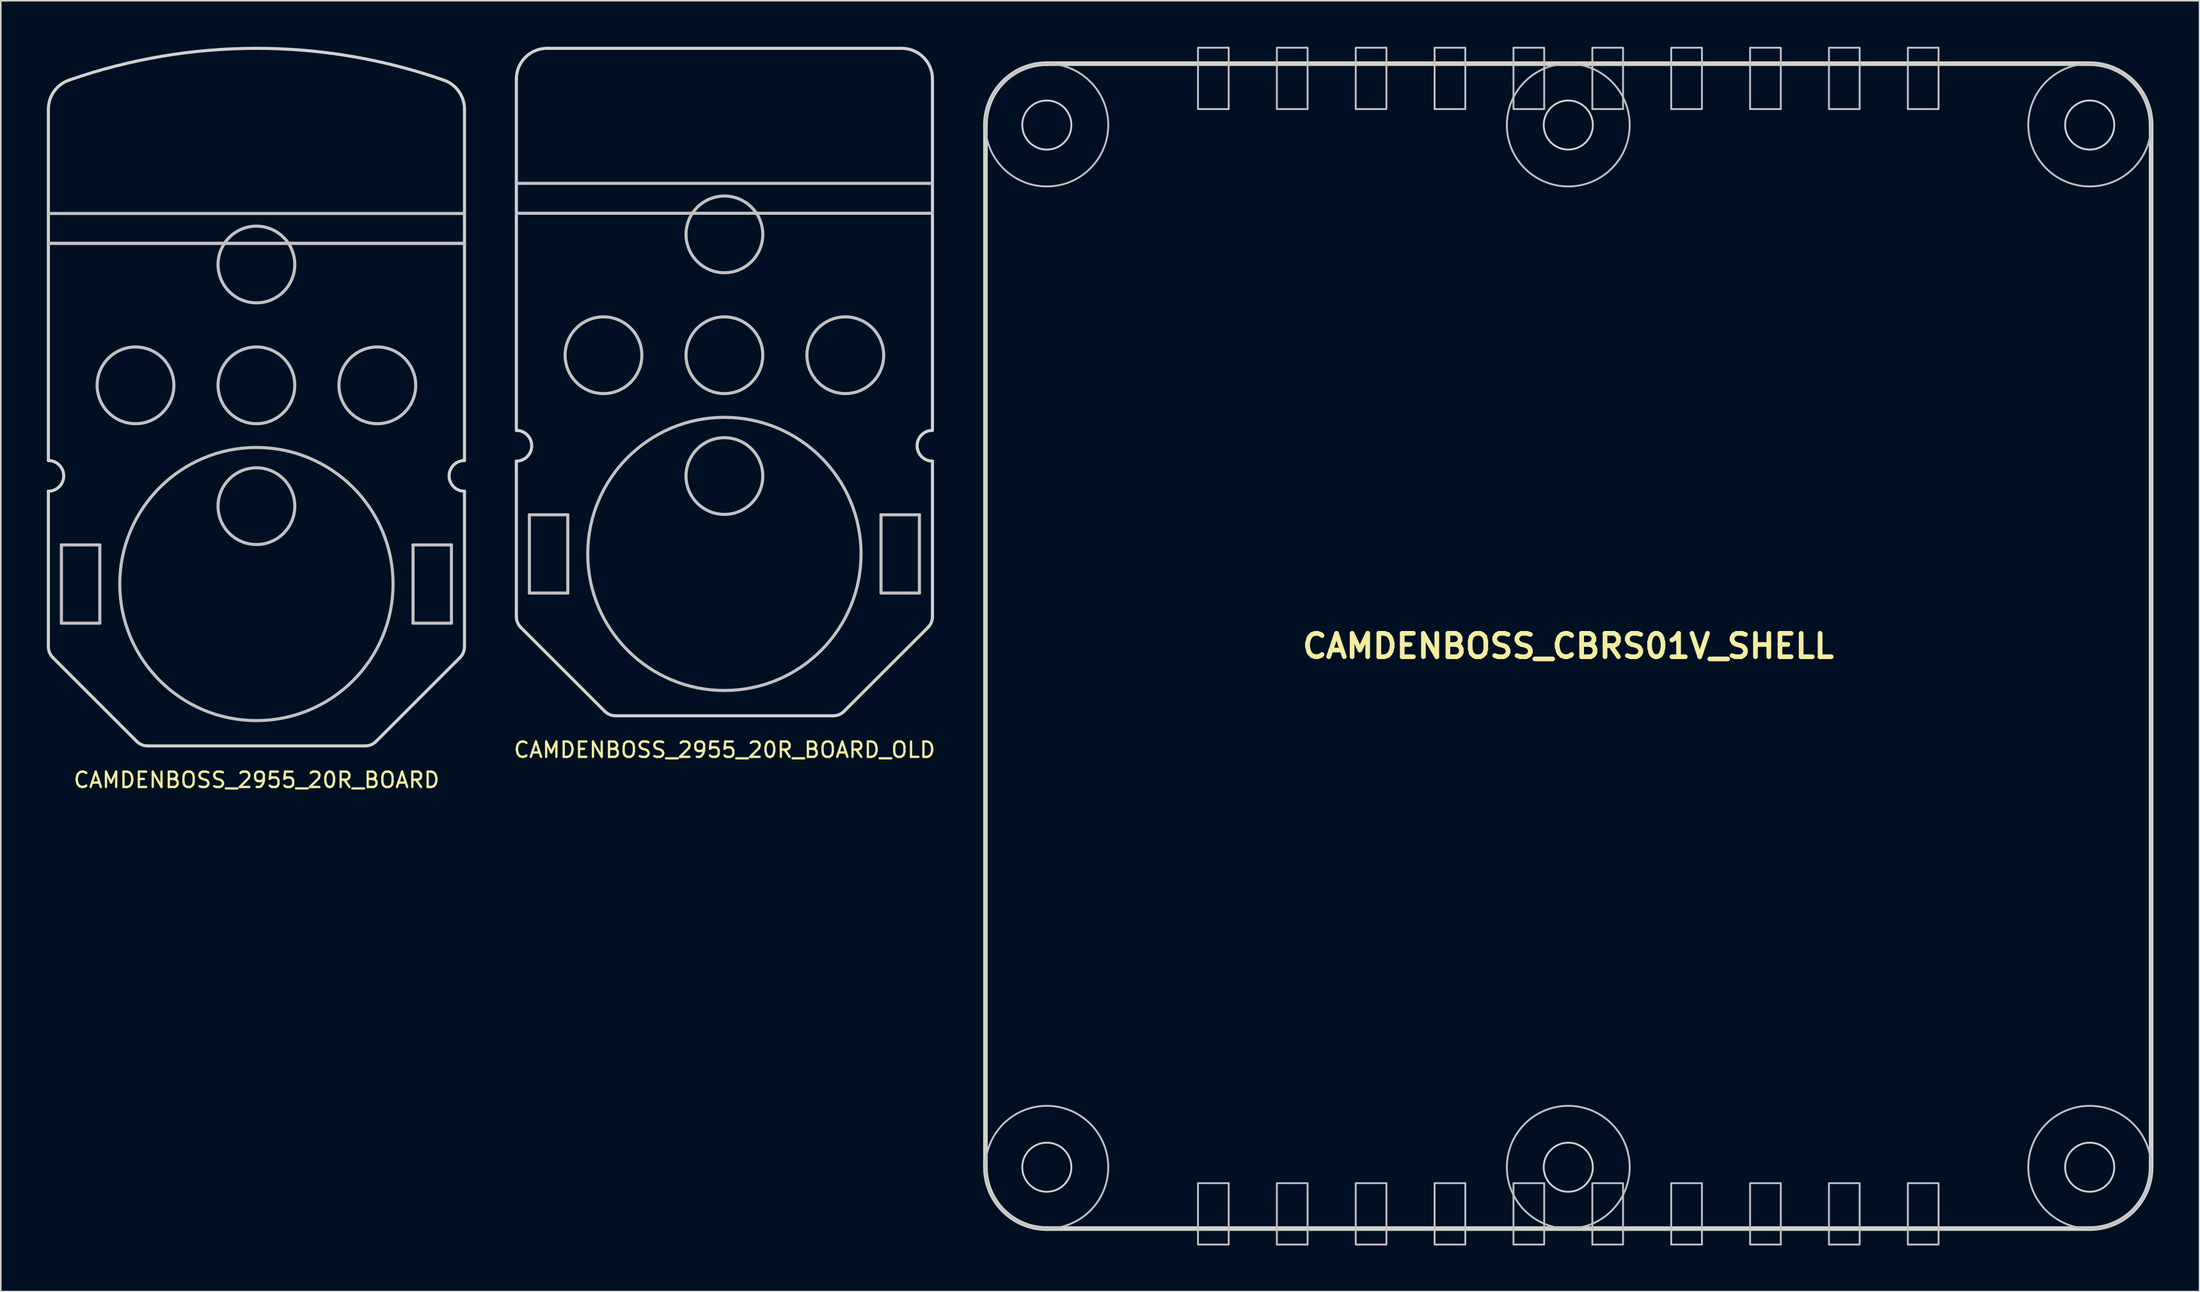
<source format=kicad_pcb>
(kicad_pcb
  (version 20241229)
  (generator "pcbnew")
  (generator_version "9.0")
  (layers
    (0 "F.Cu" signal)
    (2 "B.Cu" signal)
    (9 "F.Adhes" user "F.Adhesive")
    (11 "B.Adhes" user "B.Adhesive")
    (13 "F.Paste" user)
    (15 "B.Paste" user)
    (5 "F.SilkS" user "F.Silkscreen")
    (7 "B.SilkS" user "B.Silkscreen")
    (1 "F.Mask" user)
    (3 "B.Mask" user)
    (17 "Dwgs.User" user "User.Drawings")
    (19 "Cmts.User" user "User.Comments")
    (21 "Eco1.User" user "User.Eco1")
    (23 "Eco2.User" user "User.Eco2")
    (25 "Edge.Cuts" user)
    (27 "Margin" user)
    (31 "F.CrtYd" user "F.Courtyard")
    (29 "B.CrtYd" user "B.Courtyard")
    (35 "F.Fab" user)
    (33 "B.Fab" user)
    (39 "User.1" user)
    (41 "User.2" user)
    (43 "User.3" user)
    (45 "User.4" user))
  (footprint "CAMDENBOSS_2955_20R_BOARD_OLD"
    (layer "F.Cu")
    (at 44.129 20.1)
    (property "Reference" "CAMDENBOSS_2955_20R_BOARD_OLD" (at 0.01 25.72 0) (layer "F.SilkS") (effects (font (size 1 1) (thickness 0.15))))
    (attr through_hole)
    (fp_line (start -13.55 -11.2) (end 13.55 -11.2) (stroke (width 0.2) (type solid)) (layer "Dwgs.User"))
    (fp_line (start -13.55 -9.25) (end 13.55 -9.25) (stroke (width 0.2) (type solid)) (layer "Dwgs.User"))
    (fp_line (start -12.7 10.4) (end -10.2 10.4) (stroke (width 0.2) (type solid)) (layer "Dwgs.User"))
    (fp_line (start -12.7 15.5) (end -12.7 10.4) (stroke (width 0.2) (type solid)) (layer "Dwgs.User"))
    (fp_line (start -10.2 10.4) (end -10.2 15.5) (stroke (width 0.2) (type solid)) (layer "Dwgs.User"))
    (fp_line (start -10.2 15.5) (end -12.7 15.5) (stroke (width 0.2) (type solid)) (layer "Dwgs.User"))
    (fp_line (start 10.2 10.4) (end 10.2 15.5) (stroke (width 0.2) (type solid)) (layer "Dwgs.User"))
    (fp_line (start 10.2 15.5) (end 12.7 15.5) (stroke (width 0.2) (type solid)) (layer "Dwgs.User"))
    (fp_line (start 12.7 10.4) (end 10.2 10.4) (stroke (width 0.2) (type solid)) (layer "Dwgs.User"))
    (fp_line (start 12.7 15.5) (end 12.7 10.4) (stroke (width 0.2) (type solid)) (layer "Dwgs.User"))
    (fp_circle (center -7.875 0) (end -10.375 0) (stroke (width 0.2) (type solid)) (fill no) (layer "Dwgs.User"))
    (fp_circle (center 0 -7.875) (end -2.5 -7.875) (stroke (width 0.2) (type solid)) (fill no) (layer "Dwgs.User"))
    (fp_circle (center 0 0) (end -2.5 0) (stroke (width 0.2) (type solid)) (fill no) (layer "Dwgs.User"))
    (fp_circle (center 0 7.875) (end -2.5 7.875) (stroke (width 0.2) (type solid)) (fill no) (layer "Dwgs.User"))
    (fp_circle (center 0 12.95) (end -8.9 12.95) (stroke (width 0.2) (type solid)) (fill no) (layer "Dwgs.User"))
    (fp_circle (center 7.875 0) (end 5.375 0) (stroke (width 0.2) (type solid)) (fill no) (layer "Dwgs.User"))
    (fp_line (start -13.55 -18) (end -13.55 4.9) (stroke (width 0.2) (type solid)) (layer "Edge.Cuts"))
    (fp_line (start -13.55 6.9) (end -13.55 17.036) (stroke (width 0.2) (type solid)) (layer "Edge.Cuts"))
    (fp_line (start -13.257 17.743) (end -7.793 23.207) (stroke (width 0.2) (type solid)) (layer "Edge.Cuts"))
    (fp_line (start -7.086 23.5) (end 7.086 23.5) (stroke (width 0.2) (type solid)) (layer "Edge.Cuts"))
    (fp_line (start 7.793 23.207) (end 13.257 17.743) (stroke (width 0.2) (type solid)) (layer "Edge.Cuts"))
    (fp_line (start 11.55 -20) (end -11.55 -20) (stroke (width 0.2) (type solid)) (layer "Edge.Cuts"))
    (fp_line (start 13.55 4.9) (end 13.55 -18) (stroke (width 0.2) (type solid)) (layer "Edge.Cuts"))
    (fp_line (start 13.55 17.036) (end 13.55 6.9) (stroke (width 0.2) (type solid)) (layer "Edge.Cuts"))
    (fp_arc (start -13.549999 -18) (mid -12.964213 -19.414214) (end -11.549999 -20) (stroke (width 0.2) (type solid)) (layer "Edge.Cuts"))
    (fp_arc (start -13.549999 4.9) (mid -12.549999 5.9) (end -13.549999 6.9) (stroke (width 0.2) (type solid)) (layer "Edge.Cuts"))
    (fp_arc (start -13.257106 17.742893) (mid -13.473879 17.41847) (end -13.549999 17.035786) (stroke (width 0.2) (type solid)) (layer "Edge.Cuts"))
    (fp_arc (start -7.085786 23.499999) (mid -7.468469 23.423879) (end -7.792893 23.207106) (stroke (width 0.2) (type solid)) (layer "Edge.Cuts"))
    (fp_arc (start 7.792893 23.207106) (mid 7.46847 23.423879) (end 7.085786 23.5) (stroke (width 0.2) (type solid)) (layer "Edge.Cuts"))
    (fp_arc (start 11.549999 -20) (mid 12.964213 -19.414214) (end 13.549999 -18) (stroke (width 0.2) (type solid)) (layer "Edge.Cuts"))
    (fp_arc (start 13.549999 6.9) (mid 12.549999 5.9) (end 13.549999 4.9) (stroke (width 0.2) (type solid)) (layer "Edge.Cuts"))
    (fp_arc (start 13.55 17.035787) (mid 13.473879 17.41847) (end 13.257106 17.742893) (stroke (width 0.2) (type solid)) (layer "Edge.Cuts")))
  (footprint "CAMDENBOSS_2955_20R_BOARD"
    (layer "F.Cu")
    (at 13.65 22.063)
    (property "Reference" "CAMDENBOSS_2955_20R_BOARD" (at 0.01 25.72 0) (layer "F.SilkS") (effects (font (size 1 1) (thickness 0.15))))
    (attr through_hole)
    (fp_line (start -13.55 -11.2) (end 13.55 -11.2) (stroke (width 0.2) (type solid)) (layer "Dwgs.User"))
    (fp_line (start -13.55 -9.25) (end 13.55 -9.25) (stroke (width 0.2) (type solid)) (layer "Dwgs.User"))
    (fp_line (start -13.55 -9.25) (end 13.55 -9.25) (stroke (width 0.2) (type solid)) (layer "Dwgs.User"))
    (fp_line (start -12.7 10.4) (end -10.2 10.4) (stroke (width 0.2) (type solid)) (layer "Dwgs.User"))
    (fp_line (start -12.7 15.5) (end -12.7 10.4) (stroke (width 0.2) (type solid)) (layer "Dwgs.User"))
    (fp_line (start -10.2 10.4) (end -10.2 15.5) (stroke (width 0.2) (type solid)) (layer "Dwgs.User"))
    (fp_line (start -10.2 15.5) (end -12.7 15.5) (stroke (width 0.2) (type solid)) (layer "Dwgs.User"))
    (fp_line (start 10.2 10.4) (end 10.2 15.5) (stroke (width 0.2) (type solid)) (layer "Dwgs.User"))
    (fp_line (start 10.2 15.5) (end 12.7 15.5) (stroke (width 0.2) (type solid)) (layer "Dwgs.User"))
    (fp_line (start 12.7 10.4) (end 10.2 10.4) (stroke (width 0.2) (type solid)) (layer "Dwgs.User"))
    (fp_line (start 12.7 15.5) (end 12.7 10.4) (stroke (width 0.2) (type solid)) (layer "Dwgs.User"))
    (fp_circle (center -7.875 0) (end -10.375 0) (stroke (width 0.2) (type solid)) (fill no) (layer "Dwgs.User"))
    (fp_circle (center 0 -7.875) (end -2.5 -7.875) (stroke (width 0.2) (type solid)) (fill no) (layer "Dwgs.User"))
    (fp_circle (center 0 0) (end -2.5 0) (stroke (width 0.2) (type solid)) (fill no) (layer "Dwgs.User"))
    (fp_circle (center 0 7.875) (end -2.5 7.875) (stroke (width 0.2) (type solid)) (fill no) (layer "Dwgs.User"))
    (fp_circle (center 0 12.95) (end -8.9 12.95) (stroke (width 0.2) (type solid)) (fill no) (layer "Dwgs.User"))
    (fp_circle (center 7.875 0) (end 5.375 0) (stroke (width 0.2) (type solid)) (fill no) (layer "Dwgs.User"))
    (fp_line (start -13.55 -18) (end -13.55 4.9) (stroke (width 0.2) (type solid)) (layer "Edge.Cuts"))
    (fp_line (start -13.55 6.9) (end -13.55 17.036) (stroke (width 0.2) (type solid)) (layer "Edge.Cuts"))
    (fp_line (start -13.257 17.743) (end -7.793 23.207) (stroke (width 0.2) (type solid)) (layer "Edge.Cuts"))
    (fp_line (start -12.201 -19.891) (end -12.171 -19.901) (stroke (width 0.2) (type solid)) (layer "Edge.Cuts"))
    (fp_line (start -7.086 23.5) (end 7.086 23.5) (stroke (width 0.2) (type solid)) (layer "Edge.Cuts"))
    (fp_line (start 7.793 23.207) (end 13.257 17.743) (stroke (width 0.2) (type solid)) (layer "Edge.Cuts"))
    (fp_line (start 13.55 4.9) (end 13.55 -18) (stroke (width 0.2) (type solid)) (layer "Edge.Cuts"))
    (fp_line (start 13.55 17.036) (end 13.55 6.9) (stroke (width 0.2) (type solid)) (layer "Edge.Cuts"))
    (fp_arc (start -13.55 -18) (mid -13.178231 -19.161406) (end -12.201136 -19.891037) (stroke (width 0.2) (type solid)) (layer "Edge.Cuts"))
    (fp_arc (start -13.549999 4.9) (mid -12.549999 5.9) (end -13.549999 6.9) (stroke (width 0.2) (type solid)) (layer "Edge.Cuts"))
    (fp_arc (start -13.257106 17.742893) (mid -13.473879 17.41847) (end -13.549999 17.035786) (stroke (width 0.2) (type solid)) (layer "Edge.Cuts"))
    (fp_arc (start -12.171473 -19.901395) (mid 0.015709 -21.962845) (end 12.201135 -19.891037) (stroke (width 0.2) (type solid)) (layer "Edge.Cuts"))
    (fp_arc (start -7.085786 23.499999) (mid -7.468469 23.423879) (end -7.792893 23.207106) (stroke (width 0.2) (type solid)) (layer "Edge.Cuts"))
    (fp_arc (start 7.792893 23.207106) (mid 7.46847 23.423879) (end 7.085786 23.5) (stroke (width 0.2) (type solid)) (layer "Edge.Cuts"))
    (fp_arc (start 12.201135 -19.891037) (mid 13.17823 -19.161406) (end 13.549999 -18) (stroke (width 0.2) (type solid)) (layer "Edge.Cuts"))
    (fp_arc (start 13.549999 6.9) (mid 12.549999 5.9) (end 13.549999 4.9) (stroke (width 0.2) (type solid)) (layer "Edge.Cuts"))
    (fp_arc (start 13.55 17.035787) (mid 13.473879 17.41847) (end 13.257106 17.742893) (stroke (width 0.2) (type solid)) (layer "Edge.Cuts")))
  (footprint "CAMDENBOSS_CBRS01V_SHELL"
    (layer "F.Cu")
    (at 99.088 39.06)
    (property "Reference" "CAMDENBOSS_CBRS01V_SHELL" (at 0 0 0) (layer "F.SilkS") (effects (font (size 1.524 1.524) (thickness 0.305))))
    (attr through_hole)
    (fp_rect (start -24.115 -39) (end -22.115 -35) (stroke (width 0.12) (type default)) (fill no) (layer "Dwgs.User"))
    (fp_rect (start -24.115 35) (end -22.115 39) (stroke (width 0.12) (type default)) (fill no) (layer "Dwgs.User"))
    (fp_rect (start -18.978 -39) (end -16.978 -35) (stroke (width 0.12) (type default)) (fill no) (layer "Dwgs.User"))
    (fp_rect (start -18.978 35) (end -16.978 39) (stroke (width 0.12) (type default)) (fill no) (layer "Dwgs.User"))
    (fp_rect (start -13.842 -39) (end -11.842 -35) (stroke (width 0.12) (type default)) (fill no) (layer "Dwgs.User"))
    (fp_rect (start -13.842 35) (end -11.842 39) (stroke (width 0.12) (type default)) (fill no) (layer "Dwgs.User"))
    (fp_rect (start -8.705 -39) (end -6.705 -35) (stroke (width 0.12) (type default)) (fill no) (layer "Dwgs.User"))
    (fp_rect (start -8.705 35) (end -6.705 39) (stroke (width 0.12) (type default)) (fill no) (layer "Dwgs.User"))
    (fp_rect (start -3.568 -39) (end -1.568 -35) (stroke (width 0.12) (type default)) (fill no) (layer "Dwgs.User"))
    (fp_rect (start -3.568 35) (end -1.568 39) (stroke (width 0.12) (type default)) (fill no) (layer "Dwgs.User"))
    (fp_rect (start 1.568 -39) (end 3.568 -35) (stroke (width 0.12) (type default)) (fill no) (layer "Dwgs.User"))
    (fp_rect (start 1.568 35) (end 3.568 39) (stroke (width 0.12) (type default)) (fill no) (layer "Dwgs.User"))
    (fp_rect (start 6.705 -39) (end 8.705 -35) (stroke (width 0.12) (type default)) (fill no) (layer "Dwgs.User"))
    (fp_rect (start 6.705 35) (end 8.705 39) (stroke (width 0.12) (type default)) (fill no) (layer "Dwgs.User"))
    (fp_rect (start 11.842 -39) (end 13.842 -35) (stroke (width 0.12) (type default)) (fill no) (layer "Dwgs.User"))
    (fp_rect (start 11.842 35) (end 13.842 39) (stroke (width 0.12) (type default)) (fill no) (layer "Dwgs.User"))
    (fp_rect (start 16.978 -39) (end 18.978 -35) (stroke (width 0.12) (type default)) (fill no) (layer "Dwgs.User"))
    (fp_rect (start 16.978 35) (end 18.978 39) (stroke (width 0.12) (type default)) (fill no) (layer "Dwgs.User"))
    (fp_rect (start 22.115 -39) (end 24.115 -35) (stroke (width 0.12) (type default)) (fill no) (layer "Dwgs.User"))
    (fp_rect (start 22.115 35) (end 24.115 39) (stroke (width 0.12) (type default)) (fill no) (layer "Dwgs.User"))
    (fp_circle (center -33.96 -33.96) (end -29.96 -33.96) (stroke (width 0.12) (type default)) (fill no) (layer "Dwgs.User"))
    (fp_circle (center -33.96 33.96) (end -29.96 33.96) (stroke (width 0.12) (type default)) (fill no) (layer "Dwgs.User"))
    (fp_circle (center 0 -33.96) (end 4 -33.96) (stroke (width 0.12) (type default)) (fill no) (layer "Dwgs.User"))
    (fp_circle (center 0 33.96) (end 4 33.96) (stroke (width 0.12) (type default)) (fill no) (layer "Dwgs.User"))
    (fp_circle (center 33.96 -33.96) (end 37.96 -33.96) (stroke (width 0.12) (type default)) (fill no) (layer "Dwgs.User"))
    (fp_circle (center 33.96 33.96) (end 37.96 33.96) (stroke (width 0.12) (type default)) (fill no) (layer "Dwgs.User"))
    (fp_line (start -37.96 -33.96) (end -37.96 33.96) (stroke (width 0.3) (type solid)) (layer "Edge.Cuts"))
    (fp_line (start -33.96 37.96) (end 33.96 37.96) (stroke (width 0.3) (type solid)) (layer "Edge.Cuts"))
    (fp_line (start 33.96 -37.96) (end -33.96 -37.96) (stroke (width 0.3) (type solid)) (layer "Edge.Cuts"))
    (fp_line (start 37.96 33.96) (end 37.96 -33.96) (stroke (width 0.3) (type solid)) (layer "Edge.Cuts"))
    (fp_arc (start -37.96 -33.96) (mid -36.788427 -36.788427) (end -33.96 -37.96) (stroke (width 0.29972) (type solid)) (layer "Edge.Cuts"))
    (fp_arc (start -33.96 37.96) (mid -36.788427 36.788427) (end -37.96 33.96) (stroke (width 0.29972) (type solid)) (layer "Edge.Cuts"))
    (fp_arc (start 33.96 -37.96) (mid 36.788427 -36.788427) (end 37.96 -33.96) (stroke (width 0.29972) (type solid)) (layer "Edge.Cuts"))
    (fp_arc (start 37.96 33.96) (mid 36.788427 36.788427) (end 33.96 37.96) (stroke (width 0.29972) (type solid)) (layer "Edge.Cuts"))
    (fp_circle (center -33.96 -33.96) (end -32.36 -33.96) (stroke (width 0.12) (type default)) (fill no) (layer "Edge.Cuts"))
    (fp_circle (center -33.96 33.96) (end -32.36 33.96) (stroke (width 0.12) (type default)) (fill no) (layer "Edge.Cuts"))
    (fp_circle (center 0 -33.96) (end 1.6 -33.96) (stroke (width 0.12) (type default)) (fill no) (layer "Edge.Cuts"))
    (fp_circle (center 0 33.96) (end 1.6 33.96) (stroke (width 0.12) (type default)) (fill no) (layer "Edge.Cuts"))
    (fp_circle (center 33.96 -33.96) (end 35.56 -33.96) (stroke (width 0.12) (type default)) (fill no) (layer "Edge.Cuts"))
    (fp_circle (center 33.96 33.96) (end 35.56 33.96) (stroke (width 0.12) (type default)) (fill no) (layer "Edge.Cuts")))
  (gr_rect
    (start -3 -3)
    (end 140.198 81.12)
    (stroke (width 0.1) (type default))
    (fill no)
    (layer "Edge.Cuts")))
</source>
